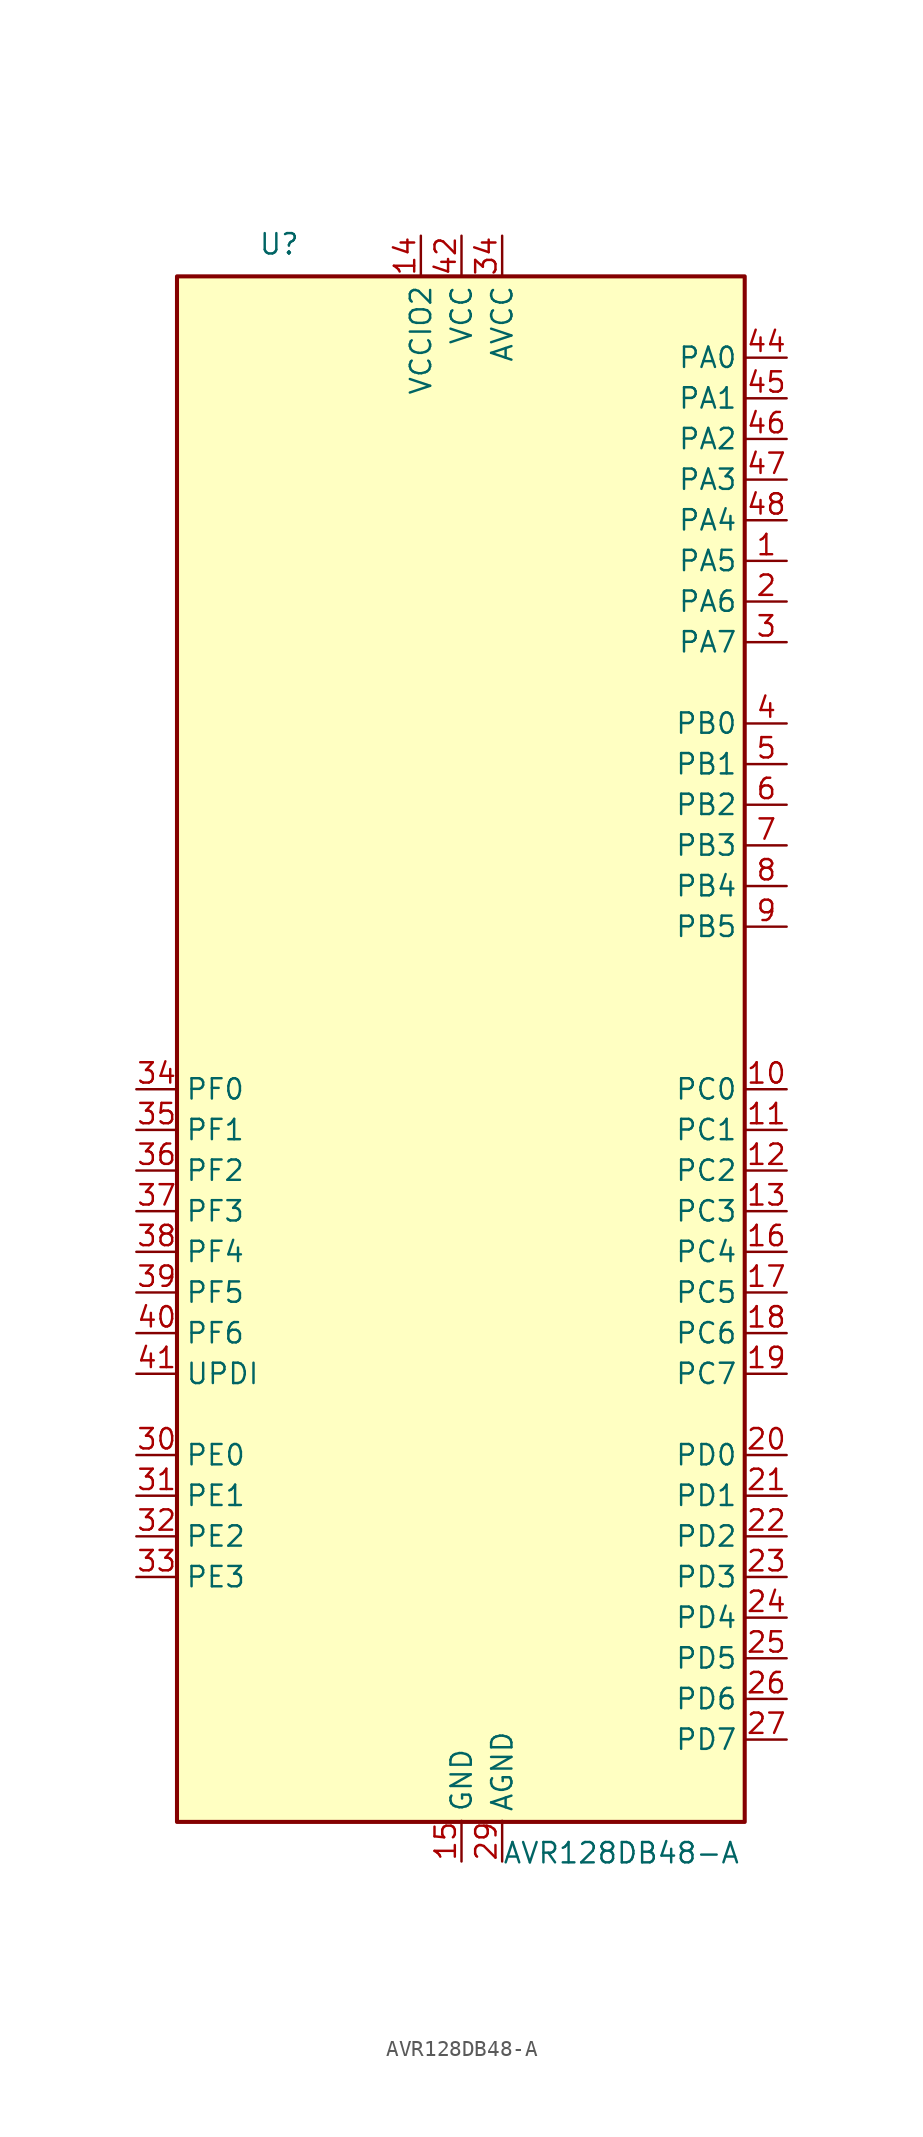
<source format=kicad_sym>
(kicad_symbol_lib
  (version 20211014)
  (generator kicad_symbol_editor)
  (symbol "AVR128DB48-A"
    (property "Reference" "U"
      (at -12.7 49.53 0)
      (effects (font (size 1.27 1.27)) (justify left bottom)))
    (property "Value" "AVR128DB48-A"
      (at 2.54 -49.53 0)
      (effects (font (size 1.27 1.27)) (justify left top)))
    (symbol "AVR128DB48-A_0_1"
      (rectangle (start -17.78 48.26) (end 17.699 -48.327) (stroke (width 0.254) (type default) (color 0 0 0 0)) (fill (type background))))
    (symbol "AVR128DB48-A_1_1"
      (pin bidirectional line (at 20.32 30.48 180) (length 2.54) (name "PA5" (effects (font (size 1.27 1.27)))) (number "1" (effects (font (size 1.27 1.27)))) (alternate "SPI0-MISO" bidirectional line) (alternate "TCA0-WO5" output line) (alternate "TCD0-WOB" output line) (alternate "USART0-RXD(1)" input line))
      (pin bidirectional line (at 20.32 -2.54 180) (length 2.54) (name "PC0" (effects (font (size 1.27 1.27)))) (number "10" (effects (font (size 1.27 1.27)))) (alternate "LUT1-IN0" input line) (alternate "SPI1-MOSI" bidirectional line) (alternate "TCA0-WO0(2)" output line) (alternate "TCB2-WO" output line) (alternate "USART1-TXD" bidirectional line))
      (pin bidirectional line (at 20.32 -5.08 180) (length 2.54) (name "PC1" (effects (font (size 1.27 1.27)))) (number "11" (effects (font (size 1.27 1.27)))) (alternate "LUT1-IN1" input line) (alternate "SPI1-MISO" bidirectional line) (alternate "TCA0-WO1(2)" output line) (alternate "TCB3-WO(1)" output line) (alternate "USART1-RXD" input line))
      (pin bidirectional line (at 20.32 -7.62 180) (length 2.54) (name "PC2" (effects (font (size 1.27 1.27)))) (number "12" (effects (font (size 1.27 1.27)))) (alternate "EVOUTC" output line) (alternate "LUT1-IN2" input line) (alternate "SPI1-SCK" bidirectional line) (alternate "TCA-WO2(2)" output line) (alternate "TWI0-SDA(MS+)(0,2)" bidirectional line) (alternate "USART1-XCK" bidirectional line))
      (pin bidirectional line (at 20.32 -10.16 180) (length 2.54) (name "PC3" (effects (font (size 1.27 1.27)))) (number "13" (effects (font (size 1.27 1.27)))) (alternate "LUT1-OUT" output line) (alternate "SPI1-~{SS}" bidirectional line) (alternate "TCA0-WO3(2)" output line) (alternate "TWI0-SCL(MS)(0,2" bidirectional line) (alternate "USART1-XDIR" output line))
      (pin power_in line (at -2.54 50.8 270) (length 2.54) (name "VCCIO2" (effects (font (size 1.27 1.27)))) (number "14" (effects (font (size 1.27 1.27)))))
      (pin power_in line (at 0 -50.8 90) (length 2.54) (name "GND" (effects (font (size 1.27 1.27)))) (number "15" (effects (font (size 1.27 1.27)))))
      (pin bidirectional line (at 20.32 -12.7 180) (length 2.54) (name "PC4" (effects (font (size 1.27 1.27)))) (number "16" (effects (font (size 1.27 1.27)))) (alternate "SPI1-MOSI(1)" bidirectional line) (alternate "TCA0-WO4(2)" output line) (alternate "TCA1-WO0(1)" output line) (alternate "USART1-TXD(1)" bidirectional line))
      (pin bidirectional line (at 20.32 -15.24 180) (length 2.54) (name "PC5" (effects (font (size 1.27 1.27)))) (number "17" (effects (font (size 1.27 1.27)))) (alternate "SPI1-MISO(1)" bidirectional line) (alternate "TCA0-WO5(2)" output line) (alternate "TCA1-WO1(1)" output line) (alternate "USART1-RXD(1)" input line))
      (pin bidirectional line (at 20.32 -17.78 180) (length 2.54) (name "PC6" (effects (font (size 1.27 1.27)))) (number "18" (effects (font (size 1.27 1.27)))) (alternate "AC0-OUT(1)" output line) (alternate "AC1-OUT(1)" output line) (alternate "AC2-OUT(1)" output line) (alternate "LUT1-OUT(1)" output line) (alternate "SPI1-SCK(1)" bidirectional line) (alternate "TCA-WO2(2)" output line) (alternate "TWI0-SDA(S)(1,2)" bidirectional line) (alternate "USART1-XCK(1)" bidirectional line))
      (pin bidirectional line (at 20.32 -20.32 180) (length 2.54) (name "PC7" (effects (font (size 1.27 1.27)))) (number "19" (effects (font (size 1.27 1.27)))) (alternate "EVOUTC(1)" output line) (alternate "SPI1-~{SS}(1)" bidirectional line) (alternate "TWI0-SCL(S)(1,2)" bidirectional line) (alternate "USART1-XDIR(1)" output line) (alternate "ZCD0-OUT(1)" output line) (alternate "ZCD1-OUT(1)" output line) (alternate "ZCD2-OUT(1)" output line))
      (pin bidirectional line (at 20.32 27.94 180) (length 2.54) (name "PA6" (effects (font (size 1.27 1.27)))) (number "2" (effects (font (size 1.27 1.27)))) (alternate "LUT0-OUT(1)" output line) (alternate "SPI0-SCK" bidirectional line) (alternate "TCD0-WOC" output line) (alternate "USART0-XCK(1)" bidirectional line))
      (pin bidirectional line (at 20.32 -25.4 180) (length 2.54) (name "PD0" (effects (font (size 1.27 1.27)))) (number "20" (effects (font (size 1.27 1.27)))) (alternate "AC0-AINN1" input line) (alternate "AC1-AINN1" input line) (alternate "AC2-AINN1" input line) (alternate "ADC0-AIN0" input line) (alternate "LUT2-IN0" input line) (alternate "TC0-WO0(3)" output line))
      (pin bidirectional line (at 20.32 -27.94 180) (length 2.54) (name "PD1" (effects (font (size 1.27 1.27)))) (number "21" (effects (font (size 1.27 1.27)))) (alternate "ADC0-AIN1" input line) (alternate "LUT2-IN1" input line) (alternate "OP0-INP" input line) (alternate "TCA0-WO1(3)" output line) (alternate "ZCD0-ZCIN" input line))
      (pin bidirectional line (at 20.32 -30.48 180) (length 2.54) (name "PD2" (effects (font (size 1.27 1.27)))) (number "22" (effects (font (size 1.27 1.27)))) (alternate "AC0-AINP0" input line) (alternate "AC1-AINP0" input line) (alternate "AC2-AINP0" input line) (alternate "ADC0-AIN2" input line) (alternate "EVOUTD" output line) (alternate "LUT2-IN2" input line) (alternate "OP0-OUT" output line) (alternate "TCA0-WO2(3)" output line))
      (pin bidirectional line (at 20.32 -33.02 180) (length 2.54) (name "PD3" (effects (font (size 1.27 1.27)))) (number "23" (effects (font (size 1.27 1.27)))) (alternate "AC0-AINN0" input line) (alternate "AC1-AINP1" input line) (alternate "ADC0-AIN3" input line) (alternate "LUT2-OUT" output line) (alternate "OP0-INN" input line) (alternate "TCA0-WO3(3)" output line))
      (pin bidirectional line (at 20.32 -35.56 180) (length 2.54) (name "PD4" (effects (font (size 1.27 1.27)))) (number "24" (effects (font (size 1.27 1.27)))) (alternate "AC1-AINP2" input line) (alternate "AC2-AINP1" input line) (alternate "ADC0-AIN4" input line) (alternate "OP1-INP" input line) (alternate "TCA0-WO4(3)" output line))
      (pin bidirectional line (at 20.32 -38.1 180) (length 2.54) (name "PD5" (effects (font (size 1.27 1.27)))) (number "25" (effects (font (size 1.27 1.27)))) (alternate "AC1-AINN0" input line) (alternate "ADC0-AIN5" input line) (alternate "OP1-OUT" output line) (alternate "TCA0-WO5(3)" output line))
      (pin bidirectional line (at 20.32 -40.64 180) (length 2.54) (name "PD6" (effects (font (size 1.27 1.27)))) (number "26" (effects (font (size 1.27 1.27)))) (alternate "AC0-AINP3" input line) (alternate "AC1-AINP3" input line) (alternate "AC2-AINP3" input line) (alternate "ADC0-AIN6" input line) (alternate "DAC0-OUT" output line) (alternate "LUT2-OUT(1)" output line))
      (pin bidirectional line (at 20.32 -43.18 180) (length 2.54) (name "PD7" (effects (font (size 1.27 1.27)))) (number "27" (effects (font (size 1.27 1.27)))) (alternate "AC0-AINN2" input line) (alternate "AC1-AINN2" input line) (alternate "AC2-AINN0/2" input line) (alternate "ADC0-AIN7" input line) (alternate "EVOUTD(1)" output line) (alternate "OP1-INN" input line) (alternate "VREFA" input line))
      (pin power_in line (at 2.54 -50.8 90) (length 2.54) (name "AGND" (effects (font (size 1.27 1.27)))) (number "29" (effects (font (size 1.27 1.27)))))
      (pin bidirectional line (at 20.32 25.4 180) (length 2.54) (name "PA7" (effects (font (size 1.27 1.27)))) (number "3" (effects (font (size 1.27 1.27)))) (alternate "AC0-OUT" output line) (alternate "AC1-OUT" output line) (alternate "AC2-OUT" output line) (alternate "CLKOUT" output line) (alternate "EVOUTA(1)" output line) (alternate "SPI0-~{SS}" bidirectional line) (alternate "TCD0-WOD" output line) (alternate "USART0-XDIR(1)" output line) (alternate "ZCD0-OUT" output line) (alternate "ZCD1-OUT" output line) (alternate "ZDC2-OUT" output line))
      (pin bidirectional line (at -20.32 -25.4 0) (length 2.54) (name "PE0" (effects (font (size 1.27 1.27)))) (number "30" (effects (font (size 1.27 1.27)))) (alternate "AC0-AINP1" input line) (alternate "ADC0-AIN8" input line) (alternate "SPI0-MOSI(1)" bidirectional line) (alternate "TCA0-WO0(4)" output line) (alternate "USART4-TXD" output line))
      (pin bidirectional line (at -20.32 -27.94 0) (length 2.54) (name "PE1" (effects (font (size 1.27 1.27)))) (number "31" (effects (font (size 1.27 1.27)))) (alternate "AC2-AINP2" input line) (alternate "ADC-AIN9" input line) (alternate "OP2-INP" input line) (alternate "SPI0-MISO(1)" bidirectional line) (alternate "TCA0-WO1(4)" output line) (alternate "USART4-RXD" input line))
      (pin bidirectional line (at -20.32 -30.48 0) (length 2.54) (name "PE2" (effects (font (size 1.27 1.27)))) (number "32" (effects (font (size 1.27 1.27)))) (alternate "AC0-AINP2" input line) (alternate "ADC0-AIN10" input line) (alternate "EVOUTE" output line) (alternate "OP2-OUT" output line) (alternate "SPI0-SCK(1)" bidirectional line) (alternate "TCA0-WO2(4)" output line) (alternate "USART4-XCK" bidirectional line))
      (pin bidirectional line (at -20.32 -33.02 0) (length 2.54) (name "PE3" (effects (font (size 1.27 1.27)))) (number "33" (effects (font (size 1.27 1.27)))) (alternate "ADC0-AIN11" input line) (alternate "OP2-INN" input line) (alternate "SPI0-~{SS}(1)" bidirectional line) (alternate "TCA0-WO3(4)" output line) (alternate "USART4-XDIR" output line) (alternate "ZCD1-ZCIN" input line))
      (pin power_in line (at 2.54 50.8 270) (length 2.54) (name "AVCC" (effects (font (size 1.27 1.27)))) (number "34" (effects (font (size 1.27 1.27)))))
      (pin bidirectional line (at -20.32 -2.54 0) (length 2.54) (name "PF0" (effects (font (size 1.27 1.27)))) (number "34" (effects (font (size 1.27 1.27)))) (alternate "ADC0-AIN16(P)" input line) (alternate "LUT3-IN0" input line) (alternate "TCA0-WO0(5)" output line) (alternate "TCD0-WOA(2)" output line) (alternate "USART2-TXD" bidirectional line) (alternate "XTAL32K1" passive line))
      (pin bidirectional line (at -20.32 -5.08 0) (length 2.54) (name "PF1" (effects (font (size 1.27 1.27)))) (number "35" (effects (font (size 1.27 1.27)))) (alternate "ADC0-AIN17(P)" input line) (alternate "LUT3-IN1" input line) (alternate "TCA0-WO1(5)" output line) (alternate "TCD0-WOB(2)" output line) (alternate "USART2-RXD" input line) (alternate "XTAL32K2" passive line))
      (pin bidirectional line (at -20.32 -7.62 0) (length 2.54) (name "PF2" (effects (font (size 1.27 1.27)))) (number "36" (effects (font (size 1.27 1.27)))) (alternate "ADC0-AIN18(P)" input line) (alternate "EVOUTF" output line) (alternate "LUT3-IN2" input line) (alternate "TCA0-WO2(5)" output line) (alternate "TCD0-WOC(2)" output line) (alternate "TWI1-SDA(MS+)" bidirectional line) (alternate "USART2-XCK" bidirectional line))
      (pin bidirectional line (at -20.32 -10.16 0) (length 2.54) (name "PF3" (effects (font (size 1.27 1.27)))) (number "37" (effects (font (size 1.27 1.27)))) (alternate "ADC0-AIN19(P)" input line) (alternate "LUT3-OUT" output line) (alternate "TCA0-WO3(5)" output line) (alternate "TCD0-WOD(2)" output line) (alternate "TWI1-SCL(MS+)" bidirectional line) (alternate "USART2-XDIR" output line))
      (pin bidirectional line (at -20.32 -12.7 0) (length 2.54) (name "PF4" (effects (font (size 1.27 1.27)))) (number "38" (effects (font (size 1.27 1.27)))) (alternate "ADC0-AIN20(P)" input line) (alternate "TCA0-WO4(5)" output line) (alternate "TCB0-WO(1)" output line) (alternate "USART2-TXD(1)" output line))
      (pin bidirectional line (at -20.32 -15.24 0) (length 2.54) (name "PF5" (effects (font (size 1.27 1.27)))) (number "39" (effects (font (size 1.27 1.27)))) (alternate "ADC0-AIN21(P)" input line) (alternate "TCA0-WO5(5)" output line) (alternate "TCB1-WO(1)" output line) (alternate "USART2-RXD(1)" input line))
      (pin bidirectional line (at 20.32 20.32 180) (length 2.54) (name "PB0" (effects (font (size 1.27 1.27)))) (number "4" (effects (font (size 1.27 1.27)))) (alternate "LUT4-IN0" input line) (alternate "TCA0-WO0(1)" output line) (alternate "TCA1-WO0" output line) (alternate "UART3-TXD" bidirectional line))
      (pin input line (at -20.32 -17.78 0) (length 2.54) (name "PF6" (effects (font (size 1.27 1.27)))) (number "40" (effects (font (size 1.27 1.27)))) (alternate "~{RESET}" input line))
      (pin bidirectional line (at -20.32 -20.32 0) (length 2.54) (name "UPDI" (effects (font (size 1.27 1.27)))) (number "41" (effects (font (size 1.27 1.27)))))
      (pin power_in line (at 0 50.8 270) (length 2.54) (name "VCC" (effects (font (size 1.27 1.27)))) (number "42" (effects (font (size 1.27 1.27)))))
      (pin power_in line (at 0 -50.8 90) (length 2.54) hide (name "GND" (effects (font (size 1.27 1.27)))) (number "43" (effects (font (size 1.27 1.27)))))
      (pin bidirectional line (at 20.32 43.18 180) (length 2.54) (name "PA0" (effects (font (size 1.27 1.27)))) (number "44" (effects (font (size 1.27 1.27)))) (alternate "EXTCLK" input clock) (alternate "LUT0-IN0" input line) (alternate "TCA0-WO0" output line) (alternate "USART0-TXD" bidirectional line) (alternate "XTALHF1" passive line))
      (pin bidirectional line (at 20.32 40.64 180) (length 2.54) (name "PA1" (effects (font (size 1.27 1.27)))) (number "45" (effects (font (size 1.27 1.27)))) (alternate "LUT0-IN1" input line) (alternate "TCA0-WO1" output line) (alternate "USART0-RXD" input line) (alternate "XTALHF2" passive clock))
      (pin bidirectional line (at 20.32 38.1 180) (length 2.54) (name "PA2" (effects (font (size 1.27 1.27)))) (number "46" (effects (font (size 1.27 1.27)))) (alternate "EVOUTA" output line) (alternate "LUT0-IN2" input line) (alternate "TCA0-WO2" output line) (alternate "TCB0-WO" output line) (alternate "TWI0-SDA(MS)" bidirectional line) (alternate "USART0-XCK" bidirectional line))
      (pin bidirectional line (at 20.32 35.56 180) (length 2.54) (name "PA3" (effects (font (size 1.27 1.27)))) (number "47" (effects (font (size 1.27 1.27)))) (alternate "LUT0-OUT" output line) (alternate "TCA0-WO3" output line) (alternate "TCB1-WO" output line) (alternate "TWI0-SCL(MS)" bidirectional line) (alternate "USART0-XDIR" output line))
      (pin bidirectional line (at 20.32 33.02 180) (length 2.54) (name "PA4" (effects (font (size 1.27 1.27)))) (number "48" (effects (font (size 1.27 1.27)))) (alternate "SPI0-MOSI" bidirectional line) (alternate "TCA0-WO4" output line) (alternate "TCD0-WOA" output line) (alternate "USART0-TXD(1)" bidirectional line))
      (pin bidirectional line (at 20.32 17.78 180) (length 2.54) (name "PB1" (effects (font (size 1.27 1.27)))) (number "5" (effects (font (size 1.27 1.27)))) (alternate "LUT4-IN1" input line) (alternate "TCA0-WO1(1)" output line) (alternate "TCA1-WO0" output line) (alternate "USART3-RXD" input line))
      (pin bidirectional line (at 20.32 15.24 180) (length 2.54) (name "PB2" (effects (font (size 1.27 1.27)))) (number "6" (effects (font (size 1.27 1.27)))) (alternate "EVOUTB" output line) (alternate "LUT4-IN2" input line) (alternate "TCA0-WO2(1)" output line) (alternate "TCA1-WO2" output line) (alternate "TWI1-SDA(MS)(0,2)" bidirectional line) (alternate "USART3-XCK" bidirectional line))
      (pin bidirectional line (at 20.32 12.7 180) (length 2.54) (name "PB3" (effects (font (size 1.27 1.27)))) (number "7" (effects (font (size 1.27 1.27)))) (alternate "LUT4-OUT" output line) (alternate "TCA0-WO3(1)" output line) (alternate "TCA1-WO3" output line) (alternate "USART1-SCL(MS)(0,2)" bidirectional line) (alternate "USART3-XDIR" output line))
      (pin bidirectional line (at 20.32 10.16 180) (length 2.54) (name "PB4" (effects (font (size 1.27 1.27)))) (number "8" (effects (font (size 1.27 1.27)))) (alternate "SPI1-MOSI(2)" bidirectional line) (alternate "TCA0-WO4(1)" output line) (alternate "TCA1-WO4" output line) (alternate "TCB2-WO(1)" output line) (alternate "TCD0-WOA(1)" output line) (alternate "USART3-TXD(1)" bidirectional line))
      (pin bidirectional line (at 20.32 7.62 180) (length 2.54) (name "PB5" (effects (font (size 1.27 1.27)))) (number "9" (effects (font (size 1.27 1.27)))) (alternate "SPI1-MISO(2)" bidirectional line) (alternate "TCA0-WO5(1)" output line) (alternate "TCA1-WO5" output line) (alternate "TCB3-WO" output line) (alternate "TCD0-WOB(1)" output line) (alternate "USART3-RXD(1)" input line)))))
</source>
